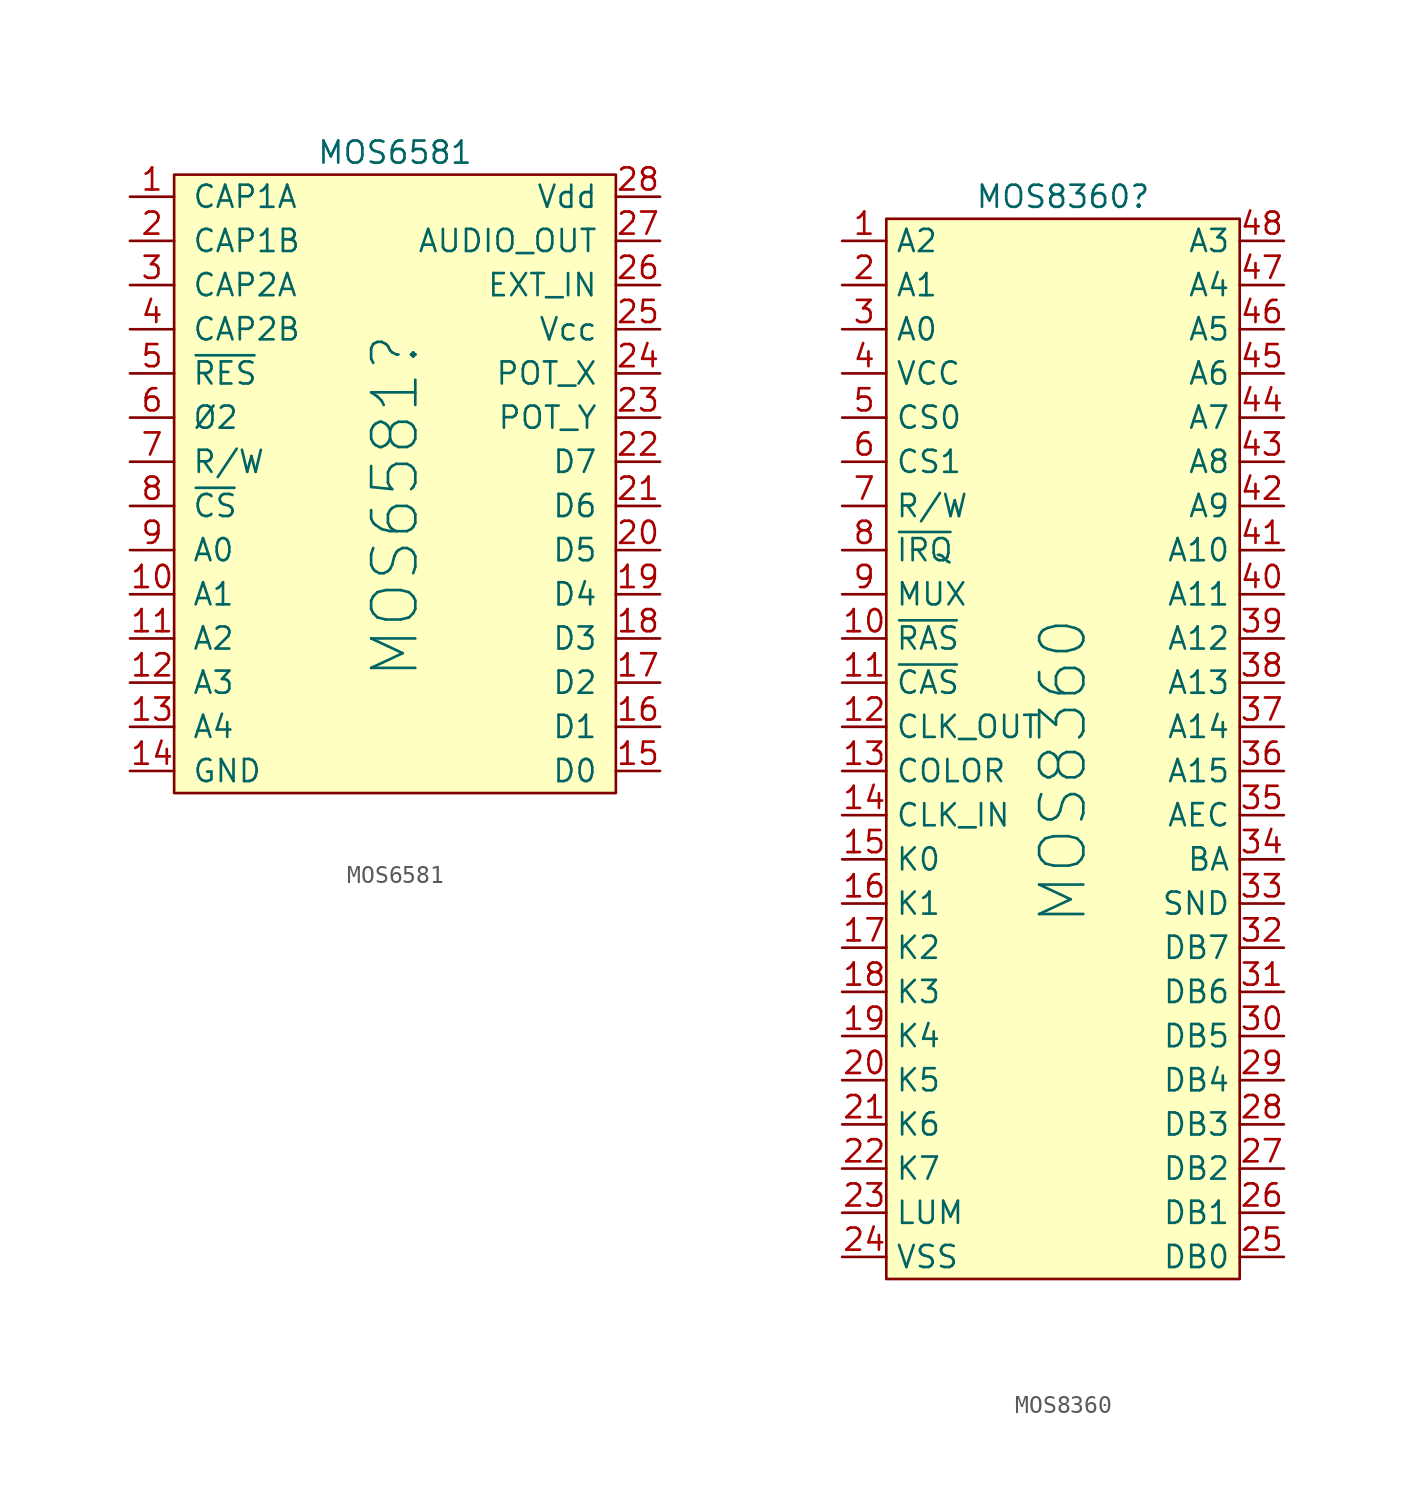
<source format=kicad_sym>
(kicad_symbol_lib
  (version 20220914)
  (generator kicad_symbol_editor)
  (symbol "MOS6581"
    (pin_names
      (offset 1.016))
    (property "Reference" "MOS6581"
      (at 0 -1.27 90)
      (effects (font (size 2.54 2.54))))
    (property "Value" "MOS6581"
      (at 0 19.05 0)
      (effects (font (size 1.27 1.27))))
    (symbol "MOS6581_0_1"
      (rectangle (start -12.7 17.78) (end 12.7 -17.78) (stroke (width 0) (type solid)) (fill (type background))))
    (symbol "MOS6581_1_1"
      (pin input line (at -15.24 16.51 0) (length 2.54) (name "CAP1A" (effects (font (size 1.27 1.27)))) (number "1" (effects (font (size 1.27 1.27)))))
      (pin input line (at -15.24 -6.35 0) (length 2.54) (name "A1" (effects (font (size 1.27 1.27)))) (number "10" (effects (font (size 1.27 1.27)))))
      (pin input line (at -15.24 -8.89 0) (length 2.54) (name "A2" (effects (font (size 1.27 1.27)))) (number "11" (effects (font (size 1.27 1.27)))))
      (pin input line (at -15.24 -11.43 0) (length 2.54) (name "A3" (effects (font (size 1.27 1.27)))) (number "12" (effects (font (size 1.27 1.27)))))
      (pin input line (at -15.24 -13.97 0) (length 2.54) (name "A4" (effects (font (size 1.27 1.27)))) (number "13" (effects (font (size 1.27 1.27)))))
      (pin passive line (at -15.24 -16.51 0) (length 2.54) (name "GND" (effects (font (size 1.27 1.27)))) (number "14" (effects (font (size 1.27 1.27)))))
      (pin bidirectional line (at 15.24 -16.51 180) (length 2.54) (name "D0" (effects (font (size 1.27 1.27)))) (number "15" (effects (font (size 1.27 1.27)))))
      (pin bidirectional line (at 15.24 -13.97 180) (length 2.54) (name "D1" (effects (font (size 1.27 1.27)))) (number "16" (effects (font (size 1.27 1.27)))))
      (pin bidirectional line (at 15.24 -11.43 180) (length 2.54) (name "D2" (effects (font (size 1.27 1.27)))) (number "17" (effects (font (size 1.27 1.27)))))
      (pin bidirectional line (at 15.24 -8.89 180) (length 2.54) (name "D3" (effects (font (size 1.27 1.27)))) (number "18" (effects (font (size 1.27 1.27)))))
      (pin bidirectional line (at 15.24 -6.35 180) (length 2.54) (name "D4" (effects (font (size 1.27 1.27)))) (number "19" (effects (font (size 1.27 1.27)))))
      (pin input line (at -15.24 13.97 0) (length 2.54) (name "CAP1B" (effects (font (size 1.27 1.27)))) (number "2" (effects (font (size 1.27 1.27)))))
      (pin bidirectional line (at 15.24 -3.81 180) (length 2.54) (name "D5" (effects (font (size 1.27 1.27)))) (number "20" (effects (font (size 1.27 1.27)))))
      (pin bidirectional line (at 15.24 -1.27 180) (length 2.54) (name "D6" (effects (font (size 1.27 1.27)))) (number "21" (effects (font (size 1.27 1.27)))))
      (pin bidirectional line (at 15.24 1.27 180) (length 2.54) (name "D7" (effects (font (size 1.27 1.27)))) (number "22" (effects (font (size 1.27 1.27)))))
      (pin input line (at 15.24 3.81 180) (length 2.54) (name "POT_Y" (effects (font (size 1.27 1.27)))) (number "23" (effects (font (size 1.27 1.27)))))
      (pin input line (at 15.24 6.35 180) (length 2.54) (name "POT_X" (effects (font (size 1.27 1.27)))) (number "24" (effects (font (size 1.27 1.27)))))
      (pin power_in line (at 15.24 8.89 180) (length 2.54) (name "Vcc" (effects (font (size 1.27 1.27)))) (number "25" (effects (font (size 1.27 1.27)))))
      (pin input line (at 15.24 11.43 180) (length 2.54) (name "EXT_IN" (effects (font (size 1.27 1.27)))) (number "26" (effects (font (size 1.27 1.27)))))
      (pin output line (at 15.24 13.97 180) (length 2.54) (name "AUDIO_OUT" (effects (font (size 1.27 1.27)))) (number "27" (effects (font (size 1.27 1.27)))))
      (pin passive line (at 15.24 16.51 180) (length 2.54) (name "Vdd" (effects (font (size 1.27 1.27)))) (number "28" (effects (font (size 1.27 1.27)))))
      (pin input line (at -15.24 11.43 0) (length 2.54) (name "CAP2A" (effects (font (size 1.27 1.27)))) (number "3" (effects (font (size 1.27 1.27)))))
      (pin input line (at -15.24 8.89 0) (length 2.54) (name "CAP2B" (effects (font (size 1.27 1.27)))) (number "4" (effects (font (size 1.27 1.27)))))
      (pin input line (at -15.24 6.35 0) (length 2.54) (name "~{RES}" (effects (font (size 1.27 1.27)))) (number "5" (effects (font (size 1.27 1.27)))))
      (pin input line (at -15.24 3.81 0) (length 2.54) (name "Ø2" (effects (font (size 1.27 1.27)))) (number "6" (effects (font (size 1.27 1.27)))))
      (pin input line (at -15.24 1.27 0) (length 2.54) (name "R/W" (effects (font (size 1.27 1.27)))) (number "7" (effects (font (size 1.27 1.27)))))
      (pin input line (at -15.24 -1.27 0) (length 2.54) (name "~{CS}" (effects (font (size 1.27 1.27)))) (number "8" (effects (font (size 1.27 1.27)))))
      (pin input line (at -15.24 -3.81 0) (length 2.54) (name "A0" (effects (font (size 1.27 1.27)))) (number "9" (effects (font (size 1.27 1.27)))))))
  (symbol "MOS8360"
    (property "Reference" "MOS8360"
      (at 0 31.75 0)
      (effects (font (size 1.27 1.27))))
    (property "Value" "MOS8360"
      (at 0 -1.27 90)
      (effects (font (size 2.54 2.54))))
    (symbol "MOS8360_0_0"
      (pin bidirectional line (at -12.7 29.21 0) (length 2.54) (name "A2" (effects (font (size 1.27 1.27)))) (number "1" (effects (font (size 1.27 1.27)))))
      (pin output line (at -12.7 6.35 0) (length 2.54) (name "~{RAS}" (effects (font (size 1.27 1.27)))) (number "10" (effects (font (size 1.27 1.27)))))
      (pin output line (at -12.7 3.81 0) (length 2.54) (name "~{CAS}" (effects (font (size 1.27 1.27)))) (number "11" (effects (font (size 1.27 1.27)))))
      (pin output line (at -12.7 1.27 0) (length 2.54) (name "CLK_OUT" (effects (font (size 1.27 1.27)))) (number "12" (effects (font (size 1.27 1.27)))))
      (pin output line (at -12.7 -1.27 0) (length 2.54) (name "COLOR" (effects (font (size 1.27 1.27)))) (number "13" (effects (font (size 1.27 1.27)))))
      (pin input line (at -12.7 -3.81 0) (length 2.54) (name "CLK_IN" (effects (font (size 1.27 1.27)))) (number "14" (effects (font (size 1.27 1.27)))))
      (pin input line (at -12.7 -6.35 0) (length 2.54) (name "K0" (effects (font (size 1.27 1.27)))) (number "15" (effects (font (size 1.27 1.27)))))
      (pin input line (at -12.7 -8.89 0) (length 2.54) (name "K1" (effects (font (size 1.27 1.27)))) (number "16" (effects (font (size 1.27 1.27)))))
      (pin input line (at -12.7 -11.43 0) (length 2.54) (name "K2" (effects (font (size 1.27 1.27)))) (number "17" (effects (font (size 1.27 1.27)))))
      (pin input line (at -12.7 -13.97 0) (length 2.54) (name "K3" (effects (font (size 1.27 1.27)))) (number "18" (effects (font (size 1.27 1.27)))))
      (pin input line (at -12.7 -16.51 0) (length 2.54) (name "K4" (effects (font (size 1.27 1.27)))) (number "19" (effects (font (size 1.27 1.27)))))
      (pin bidirectional line (at -12.7 26.67 0) (length 2.54) (name "A1" (effects (font (size 1.27 1.27)))) (number "2" (effects (font (size 1.27 1.27)))))
      (pin input line (at -12.7 -19.05 0) (length 2.54) (name "K5" (effects (font (size 1.27 1.27)))) (number "20" (effects (font (size 1.27 1.27)))))
      (pin input line (at -12.7 -21.59 0) (length 2.54) (name "K6" (effects (font (size 1.27 1.27)))) (number "21" (effects (font (size 1.27 1.27)))))
      (pin input line (at -12.7 -24.13 0) (length 2.54) (name "K7" (effects (font (size 1.27 1.27)))) (number "22" (effects (font (size 1.27 1.27)))))
      (pin input line (at -12.7 -26.67 0) (length 2.54) (name "LUM" (effects (font (size 1.27 1.27)))) (number "23" (effects (font (size 1.27 1.27)))))
      (pin passive line (at -12.7 -29.21 0) (length 2.54) (name "VSS" (effects (font (size 1.27 1.27)))) (number "24" (effects (font (size 1.27 1.27)))))
      (pin bidirectional line (at 12.7 -29.21 180) (length 2.54) (name "DB0" (effects (font (size 1.27 1.27)))) (number "25" (effects (font (size 1.27 1.27)))))
      (pin bidirectional line (at 12.7 -26.67 180) (length 2.54) (name "DB1" (effects (font (size 1.27 1.27)))) (number "26" (effects (font (size 1.27 1.27)))))
      (pin bidirectional line (at 12.7 -24.13 180) (length 2.54) (name "DB2" (effects (font (size 1.27 1.27)))) (number "27" (effects (font (size 1.27 1.27)))))
      (pin bidirectional line (at 12.7 -21.59 180) (length 2.54) (name "DB3" (effects (font (size 1.27 1.27)))) (number "28" (effects (font (size 1.27 1.27)))))
      (pin bidirectional line (at 12.7 -19.05 180) (length 2.54) (name "DB4" (effects (font (size 1.27 1.27)))) (number "29" (effects (font (size 1.27 1.27)))))
      (pin bidirectional line (at -12.7 24.13 0) (length 2.54) (name "A0" (effects (font (size 1.27 1.27)))) (number "3" (effects (font (size 1.27 1.27)))))
      (pin bidirectional line (at 12.7 -16.51 180) (length 2.54) (name "DB5" (effects (font (size 1.27 1.27)))) (number "30" (effects (font (size 1.27 1.27)))))
      (pin bidirectional line (at 12.7 -13.97 180) (length 2.54) (name "DB6" (effects (font (size 1.27 1.27)))) (number "31" (effects (font (size 1.27 1.27)))))
      (pin bidirectional line (at 12.7 -11.43 180) (length 2.54) (name "DB7" (effects (font (size 1.27 1.27)))) (number "32" (effects (font (size 1.27 1.27)))))
      (pin output line (at 12.7 -8.89 180) (length 2.54) (name "SND" (effects (font (size 1.27 1.27)))) (number "33" (effects (font (size 1.27 1.27)))))
      (pin output line (at 12.7 -6.35 180) (length 2.54) (name "BA" (effects (font (size 1.27 1.27)))) (number "34" (effects (font (size 1.27 1.27)))))
      (pin output line (at 12.7 -3.81 180) (length 2.54) (name "AEC" (effects (font (size 1.27 1.27)))) (number "35" (effects (font (size 1.27 1.27)))))
      (pin bidirectional line (at 12.7 -1.27 180) (length 2.54) (name "A15" (effects (font (size 1.27 1.27)))) (number "36" (effects (font (size 1.27 1.27)))))
      (pin bidirectional line (at 12.7 1.27 180) (length 2.54) (name "A14" (effects (font (size 1.27 1.27)))) (number "37" (effects (font (size 1.27 1.27)))))
      (pin bidirectional line (at 12.7 3.81 180) (length 2.54) (name "A13" (effects (font (size 1.27 1.27)))) (number "38" (effects (font (size 1.27 1.27)))))
      (pin bidirectional line (at 12.7 6.35 180) (length 2.54) (name "A12" (effects (font (size 1.27 1.27)))) (number "39" (effects (font (size 1.27 1.27)))))
      (pin power_in line (at -12.7 21.59 0) (length 2.54) (name "VCC" (effects (font (size 1.27 1.27)))) (number "4" (effects (font (size 1.27 1.27)))))
      (pin bidirectional line (at 12.7 8.89 180) (length 2.54) (name "A11" (effects (font (size 1.27 1.27)))) (number "40" (effects (font (size 1.27 1.27)))))
      (pin bidirectional line (at 12.7 11.43 180) (length 2.54) (name "A10" (effects (font (size 1.27 1.27)))) (number "41" (effects (font (size 1.27 1.27)))))
      (pin bidirectional line (at 12.7 13.97 180) (length 2.54) (name "A9" (effects (font (size 1.27 1.27)))) (number "42" (effects (font (size 1.27 1.27)))))
      (pin bidirectional line (at 12.7 16.51 180) (length 2.54) (name "A8" (effects (font (size 1.27 1.27)))) (number "43" (effects (font (size 1.27 1.27)))))
      (pin bidirectional line (at 12.7 19.05 180) (length 2.54) (name "A7" (effects (font (size 1.27 1.27)))) (number "44" (effects (font (size 1.27 1.27)))))
      (pin bidirectional line (at 12.7 21.59 180) (length 2.54) (name "A6" (effects (font (size 1.27 1.27)))) (number "45" (effects (font (size 1.27 1.27)))))
      (pin bidirectional line (at 12.7 24.13 180) (length 2.54) (name "A5" (effects (font (size 1.27 1.27)))) (number "46" (effects (font (size 1.27 1.27)))))
      (pin bidirectional line (at 12.7 26.67 180) (length 2.54) (name "A4" (effects (font (size 1.27 1.27)))) (number "47" (effects (font (size 1.27 1.27)))))
      (pin bidirectional line (at 12.7 29.21 180) (length 2.54) (name "A3" (effects (font (size 1.27 1.27)))) (number "48" (effects (font (size 1.27 1.27)))))
      (pin output line (at -12.7 19.05 0) (length 2.54) (name "CS0" (effects (font (size 1.27 1.27)))) (number "5" (effects (font (size 1.27 1.27)))))
      (pin output line (at -12.7 16.51 0) (length 2.54) (name "CS1" (effects (font (size 1.27 1.27)))) (number "6" (effects (font (size 1.27 1.27)))))
      (pin output line (at -12.7 13.97 0) (length 2.54) (name "R/W" (effects (font (size 1.27 1.27)))) (number "7" (effects (font (size 1.27 1.27)))))
      (pin output line (at -12.7 11.43 0) (length 2.54) (name "~{IRQ}" (effects (font (size 1.27 1.27)))) (number "8" (effects (font (size 1.27 1.27)))))
      (pin output line (at -12.7 8.89 0) (length 2.54) (name "MUX" (effects (font (size 1.27 1.27)))) (number "9" (effects (font (size 1.27 1.27))))))
    (symbol "MOS8360_1_1"
      (rectangle (start -10.16 30.48) (end 10.16 -30.48) (stroke (width 0) (type default)) (fill (type background))))))
</source>
